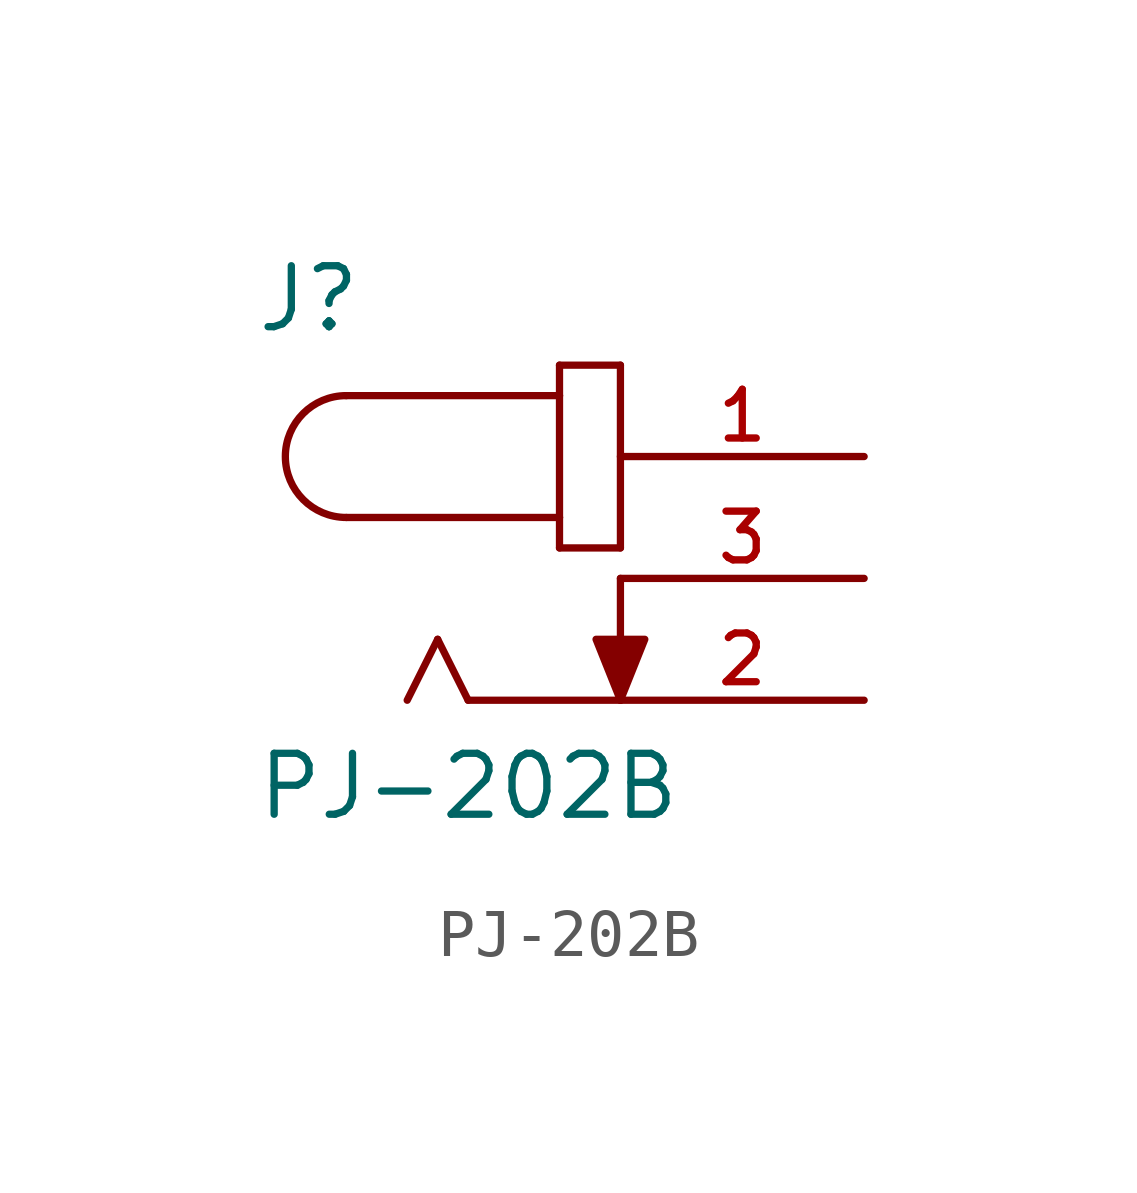
<source format=kicad_sym>
(kicad_symbol_lib
  (version 20211014)
  (generator kicad_symbol_editor)
  (symbol "PJ-202B"
    (pin_names
      (offset 1.016))
    (property "Reference" "J"
      (at -7.626 5.084 0)
      (effects (font (size 1.27 1.27)) (justify bottom left)))
    (property "Value" "PJ-202B"
      (at -7.621 -5.08 0)
      (effects (font (size 1.27 1.27)) (justify bottom left)))
    (symbol "PJ-202B_0_0"
      (arc (start -5.715 3.81) (mid -6.985 2.54) (end -5.715 1.27) (stroke (width 0.1524) (type default) (color 0 0 0 0)) (fill (type none)))
      (polyline (pts (xy -5.715 3.81) (xy -1.27 3.81)) (stroke (width 0.152)))
      (polyline (pts (xy -1.27 3.81) (xy -1.27 1.27)) (stroke (width 0.152)))
      (polyline (pts (xy -1.27 1.27) (xy -5.715 1.27)) (stroke (width 0.152)))
      (polyline (pts (xy -1.27 1.27) (xy -1.27 0.635)) (stroke (width 0.152)))
      (polyline (pts (xy -1.27 0.635) (xy 0.0 0.635)) (stroke (width 0.152)))
      (polyline (pts (xy 0.0 0.635) (xy 0.0 4.445)) (stroke (width 0.152)))
      (polyline (pts (xy 0.0 4.445) (xy -1.27 4.445)) (stroke (width 0.152)))
      (polyline (pts (xy -1.27 4.445) (xy -1.27 3.81)) (stroke (width 0.152)))
      (polyline (pts (xy 0.0 -2.54) (xy -3.175 -2.54)) (stroke (width 0.152)))
      (polyline (pts (xy -3.175 -2.54) (xy -3.81 -1.27)) (stroke (width 0.152)))
      (polyline (pts (xy -3.81 -1.27) (xy -4.445 -2.54)) (stroke (width 0.152)))
      (polyline (pts (xy 0.0 0.0) (xy 0.0 -2.54)) (stroke (width 0.152)))
      (polyline (pts (xy 0.0 -2.54) (xy -0.508 -1.27) (xy 0.508 -1.27) (xy 0.0 -2.54)) (stroke (width 0.152)) (fill (type outline)))
      (pin passive line (at 5.08 2.54 180.0) (length 5.08) (name "~" (effects (font (size 1.016 1.016)))) (number "1" (effects (font (size 1.016 1.016)))))
      (pin passive line (at 5.08 0.0 180.0) (length 5.08) (name "~" (effects (font (size 1.016 1.016)))) (number "3" (effects (font (size 1.016 1.016)))))
      (pin passive line (at 5.08 -2.54 180.0) (length 5.08) (name "~" (effects (font (size 1.016 1.016)))) (number "2" (effects (font (size 1.016 1.016))))))))
</source>
